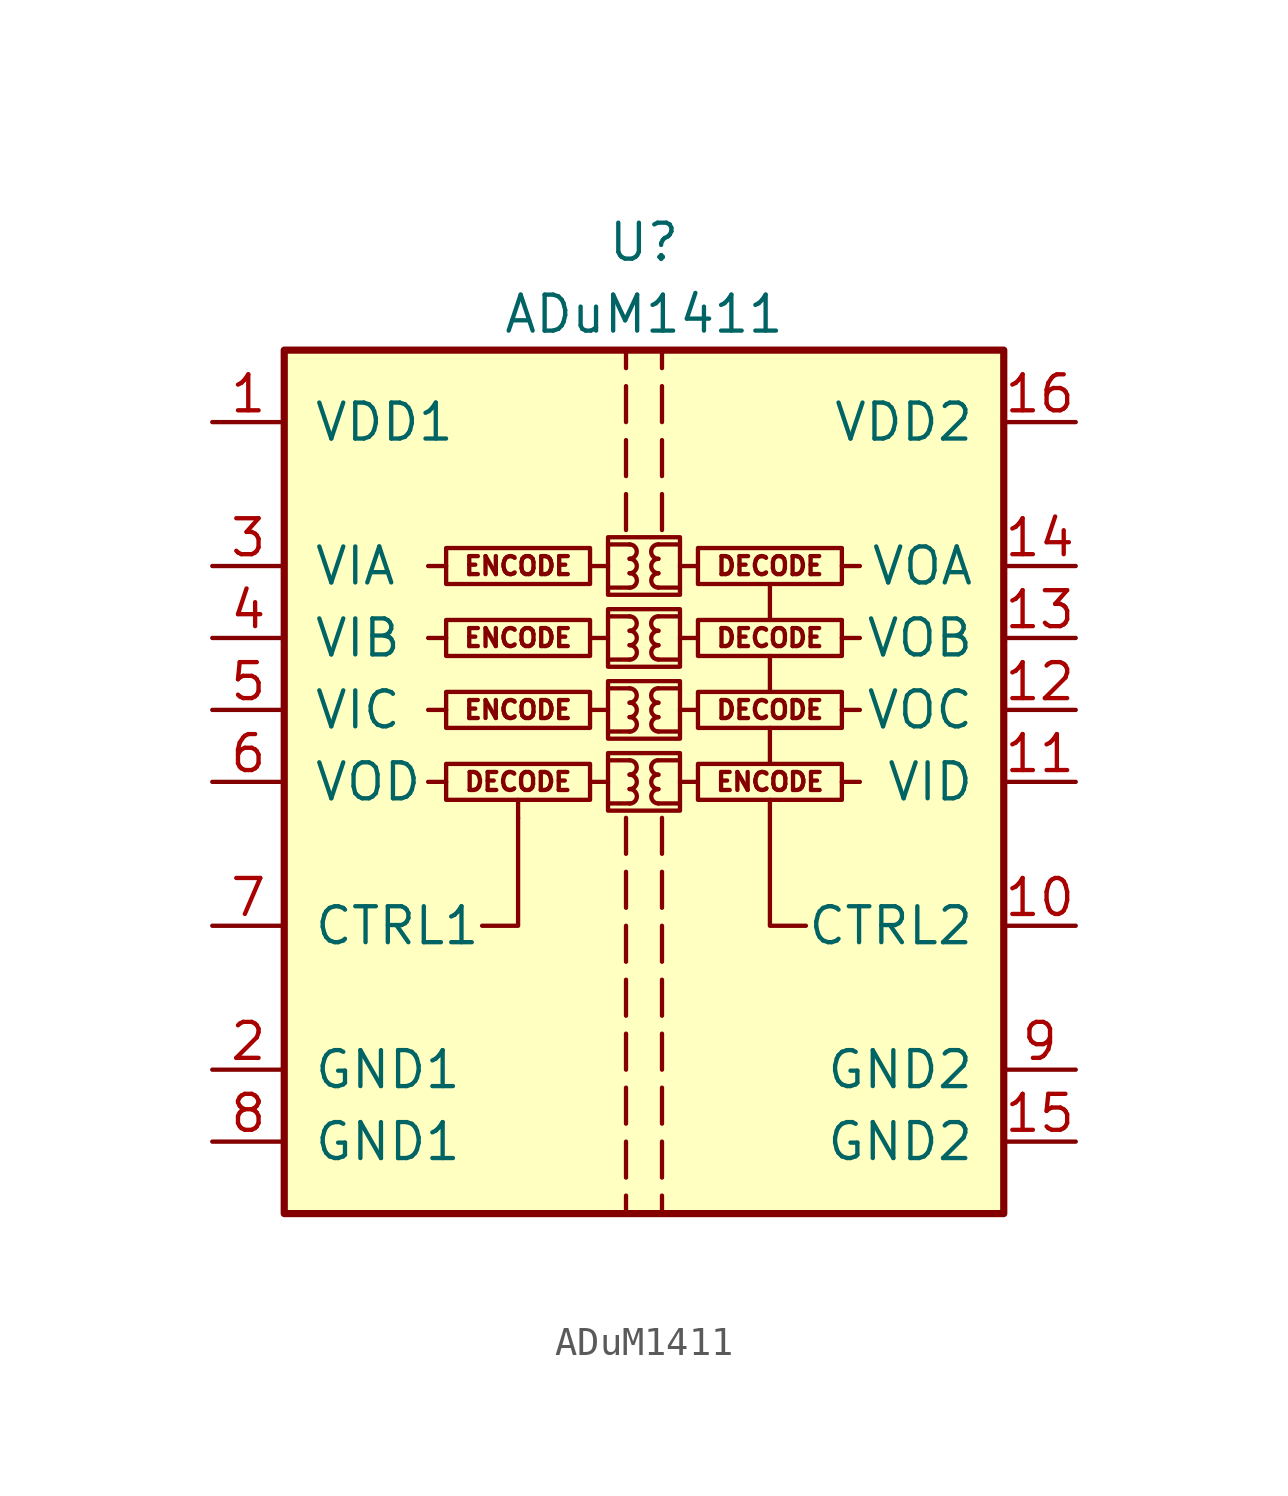
<source format=kicad_sym>
(kicad_symbol_lib
  (version 20201005)
  (generator kicad_symbol_editor)
  (symbol "ADuM1411"
    (pin_names
      (offset 1.016))
    (property "Reference" "U"
      (at 0 19.05 0)
      (effects (font (size 1.27 1.27))))
    (property "Value" "ADuM1411"
      (at 0 16.51 0)
      (effects (font (size 1.27 1.27))))
    (symbol "ADuM1411_0_0"
      (arc (start -0.508 -0.762) (end -0.508 -0.254) (radius (at -0.508 -0.508) (length 0.254) (angles -89.9 89.9)) (stroke (width 0)) (fill (type none)))
      (arc (start -0.508 -0.254) (end -0.508 0.254) (radius (at -0.508 0) (length 0.254) (angles -89.9 89.9)) (stroke (width 0)) (fill (type none)))
      (arc (start -0.508 0.254) (end -0.508 0.762) (radius (at -0.508 0.508) (length 0.254) (angles -89.9 89.9)) (stroke (width 0)) (fill (type none)))
      (arc (start -0.508 1.778) (end -0.508 2.286) (radius (at -0.508 2.032) (length 0.254) (angles -89.9 89.9)) (stroke (width 0)) (fill (type none)))
      (arc (start -0.508 2.286) (end -0.508 2.794) (radius (at -0.508 2.54) (length 0.254) (angles -89.9 89.9)) (stroke (width 0)) (fill (type none)))
      (arc (start -0.508 2.794) (end -0.508 3.302) (radius (at -0.508 3.048) (length 0.254) (angles -89.9 89.9)) (stroke (width 0)) (fill (type none)))
      (arc (start -0.508 4.318) (end -0.508 4.826) (radius (at -0.508 4.572) (length 0.254) (angles -89.9 89.9)) (stroke (width 0)) (fill (type none)))
      (arc (start -0.508 4.826) (end -0.508 5.334) (radius (at -0.508 5.08) (length 0.254) (angles -89.9 89.9)) (stroke (width 0)) (fill (type none)))
      (arc (start -0.508 5.334) (end -0.508 5.842) (radius (at -0.508 5.588) (length 0.254) (angles -89.9 89.9)) (stroke (width 0)) (fill (type none)))
      (arc (start -0.508 6.858) (end -0.508 7.366) (radius (at -0.508 7.112) (length 0.254) (angles -89.9 89.9)) (stroke (width 0)) (fill (type none)))
      (arc (start -0.508 7.366) (end -0.508 7.874) (radius (at -0.508 7.62) (length 0.254) (angles -89.9 89.9)) (stroke (width 0)) (fill (type none)))
      (arc (start -0.508 7.874) (end -0.508 8.382) (radius (at -0.508 8.128) (length 0.254) (angles -89.9 89.9)) (stroke (width 0)) (fill (type none)))
      (arc (start 0.508 -0.254) (end 0.508 -0.762) (radius (at 0.508 -0.508) (length 0.254) (angles 90.1 -90.1)) (stroke (width 0)) (fill (type none)))
      (arc (start 0.508 0.254) (end 0.508 -0.254) (radius (at 0.508 0) (length 0.254) (angles 90.1 -90.1)) (stroke (width 0)) (fill (type none)))
      (arc (start 0.508 0.762) (end 0.508 0.254) (radius (at 0.508 0.508) (length 0.254) (angles 90.1 -90.1)) (stroke (width 0)) (fill (type none)))
      (arc (start 0.508 2.286) (end 0.508 1.778) (radius (at 0.508 2.032) (length 0.254) (angles 90.1 -90.1)) (stroke (width 0)) (fill (type none)))
      (arc (start 0.508 2.794) (end 0.508 2.286) (radius (at 0.508 2.54) (length 0.254) (angles 90.1 -90.1)) (stroke (width 0)) (fill (type none)))
      (arc (start 0.508 3.302) (end 0.508 2.794) (radius (at 0.508 3.048) (length 0.254) (angles 90.1 -90.1)) (stroke (width 0)) (fill (type none)))
      (arc (start 0.508 4.826) (end 0.508 4.318) (radius (at 0.508 4.572) (length 0.254) (angles 90.1 -90.1)) (stroke (width 0)) (fill (type none)))
      (arc (start 0.508 5.334) (end 0.508 4.826) (radius (at 0.508 5.08) (length 0.254) (angles 90.1 -90.1)) (stroke (width 0)) (fill (type none)))
      (arc (start 0.508 5.842) (end 0.508 5.334) (radius (at 0.508 5.588) (length 0.254) (angles 90.1 -90.1)) (stroke (width 0)) (fill (type none)))
      (arc (start 0.508 7.366) (end 0.508 6.858) (radius (at 0.508 7.112) (length 0.254) (angles 90.1 -90.1)) (stroke (width 0)) (fill (type none)))
      (arc (start 0.508 7.874) (end 0.508 7.366) (radius (at 0.508 7.62) (length 0.254) (angles 90.1 -90.1)) (stroke (width 0)) (fill (type none)))
      (arc (start 0.508 8.382) (end 0.508 7.874) (radius (at 0.508 8.128) (length 0.254) (angles 90.1 -90.1)) (stroke (width 0)) (fill (type none)))
      (text "DECODE" (at -4.445 0 0) (effects (font (size 0.635 0.635))))
      (text "DECODE" (at 4.445 2.54 0) (effects (font (size 0.635 0.635))))
      (text "DECODE" (at 4.445 5.08 0) (effects (font (size 0.635 0.635))))
      (text "DECODE" (at 4.445 7.62 0) (effects (font (size 0.635 0.635))))
      (text "ENCODE" (at -4.445 2.54 0) (effects (font (size 0.635 0.635))))
      (text "ENCODE" (at -4.445 5.08 0) (effects (font (size 0.635 0.635))))
      (text "ENCODE" (at -4.445 7.62 0) (effects (font (size 0.635 0.635))))
      (text "ENCODE" (at 4.445 0 0) (effects (font (size 0.635 0.635))))
      (rectangle (start -1.905 0.635) (end -6.985 -0.635) (stroke (width 0)) (fill (type none)))
      (rectangle (start -1.27 1.016) (end 1.27 -1.016) (stroke (width 0)) (fill (type none)))
      (rectangle (start -1.27 3.556) (end 1.27 1.524) (stroke (width 0)) (fill (type none)))
      (rectangle (start -1.27 6.096) (end 1.27 4.064) (stroke (width 0)) (fill (type none)))
      (rectangle (start -1.27 8.636) (end 1.27 6.604) (stroke (width 0)) (fill (type none)))
      (rectangle (start 1.905 0.635) (end 6.985 -0.635) (stroke (width 0)) (fill (type none)))
      (rectangle (start 1.905 3.175) (end 6.985 1.905) (stroke (width 0)) (fill (type none)))
      (rectangle (start 1.905 5.715) (end 6.985 4.445) (stroke (width 0)) (fill (type none)))
      (rectangle (start 1.905 8.255) (end 6.985 6.985) (stroke (width 0)) (fill (type none)))
      (polyline (pts (xy -6.985 0) (xy -7.62 0)) (stroke (width 0)) (fill (type none)))
      (polyline (pts (xy -6.985 2.54) (xy -7.62 2.54)) (stroke (width 0)) (fill (type none)))
      (polyline (pts (xy -6.985 5.08) (xy -7.62 5.08)) (stroke (width 0)) (fill (type none)))
      (polyline (pts (xy -6.985 7.62) (xy -7.62 7.62)) (stroke (width 0)) (fill (type none)))
      (polyline (pts (xy -4.445 -1.27) (xy -4.445 -0.635)) (stroke (width 0)) (fill (type none)))
      (polyline (pts (xy -1.905 0) (xy -1.27 0)) (stroke (width 0)) (fill (type none)))
      (polyline (pts (xy -1.905 2.54) (xy -1.27 2.54)) (stroke (width 0)) (fill (type none)))
      (polyline (pts (xy -1.905 5.08) (xy -1.27 5.08)) (stroke (width 0)) (fill (type none)))
      (polyline (pts (xy -1.905 7.62) (xy -1.27 7.62)) (stroke (width 0)) (fill (type none)))
      (polyline (pts (xy -1.27 -0.762) (xy -0.508 -0.762)) (stroke (width 0)) (fill (type none)))
      (polyline (pts (xy -1.27 0.762) (xy -0.508 0.762)) (stroke (width 0)) (fill (type none)))
      (polyline (pts (xy -1.27 1.778) (xy -0.508 1.778)) (stroke (width 0)) (fill (type none)))
      (polyline (pts (xy -1.27 3.302) (xy -0.508 3.302)) (stroke (width 0)) (fill (type none)))
      (polyline (pts (xy -1.27 4.318) (xy -0.508 4.318)) (stroke (width 0)) (fill (type none)))
      (polyline (pts (xy -1.27 5.842) (xy -0.508 5.842)) (stroke (width 0)) (fill (type none)))
      (polyline (pts (xy -1.27 6.858) (xy -0.508 6.858)) (stroke (width 0)) (fill (type none)))
      (polyline (pts (xy -1.27 8.382) (xy -0.508 8.382)) (stroke (width 0)) (fill (type none)))
      (polyline (pts (xy -0.635 -10.795) (xy -0.635 -12.065)) (stroke (width 0)) (fill (type none)))
      (polyline (pts (xy -0.635 -8.89) (xy -0.635 -10.16)) (stroke (width 0)) (fill (type none)))
      (polyline (pts (xy -0.635 -6.985) (xy -0.635 -8.255)) (stroke (width 0)) (fill (type none)))
      (polyline (pts (xy -0.635 -5.08) (xy -0.635 -6.35)) (stroke (width 0)) (fill (type none)))
      (polyline (pts (xy -0.635 -3.175) (xy -0.635 -4.445)) (stroke (width 0)) (fill (type none)))
      (polyline (pts (xy -0.635 -1.27) (xy -0.635 -2.54)) (stroke (width 0)) (fill (type none)))
      (polyline (pts (xy -0.635 8.89) (xy -0.635 10.16)) (stroke (width 0)) (fill (type none)))
      (polyline (pts (xy -0.635 10.795) (xy -0.635 12.065)) (stroke (width 0)) (fill (type none)))
      (polyline (pts (xy -0.635 12.7) (xy -0.635 13.97)) (stroke (width 0)) (fill (type none)))
      (polyline (pts (xy -0.635 15.24) (xy -0.635 14.605)) (stroke (width 0)) (fill (type none)))
      (polyline (pts (xy 0.635 -10.795) (xy 0.635 -12.065)) (stroke (width 0)) (fill (type none)))
      (polyline (pts (xy 0.635 -8.89) (xy 0.635 -10.16)) (stroke (width 0)) (fill (type none)))
      (polyline (pts (xy 0.635 -6.985) (xy 0.635 -8.255)) (stroke (width 0)) (fill (type none)))
      (polyline (pts (xy 0.635 -5.08) (xy 0.635 -6.35)) (stroke (width 0)) (fill (type none)))
      (polyline (pts (xy 0.635 -3.175) (xy 0.635 -4.445)) (stroke (width 0)) (fill (type none)))
      (polyline (pts (xy 0.635 -1.27) (xy 0.635 -2.54)) (stroke (width 0)) (fill (type none)))
      (polyline (pts (xy 0.635 8.89) (xy 0.635 10.16)) (stroke (width 0)) (fill (type none)))
      (polyline (pts (xy 0.635 12.065) (xy 0.635 10.795)) (stroke (width 0)) (fill (type none)))
      (polyline (pts (xy 0.635 13.97) (xy 0.635 12.7)) (stroke (width 0)) (fill (type none)))
      (polyline (pts (xy 0.635 14.605) (xy 0.635 15.24)) (stroke (width 0)) (fill (type none)))
      (polyline (pts (xy 1.27 -0.762) (xy 0.508 -0.762)) (stroke (width 0)) (fill (type none)))
      (polyline (pts (xy 1.27 0.762) (xy 0.508 0.762)) (stroke (width 0)) (fill (type none)))
      (polyline (pts (xy 1.27 1.778) (xy 0.508 1.778)) (stroke (width 0)) (fill (type none)))
      (polyline (pts (xy 1.27 3.302) (xy 0.508 3.302)) (stroke (width 0)) (fill (type none)))
      (polyline (pts (xy 1.27 4.318) (xy 0.508 4.318)) (stroke (width 0)) (fill (type none)))
      (polyline (pts (xy 1.27 5.842) (xy 0.508 5.842)) (stroke (width 0)) (fill (type none)))
      (polyline (pts (xy 1.27 6.858) (xy 0.508 6.858)) (stroke (width 0)) (fill (type none)))
      (polyline (pts (xy 1.27 8.382) (xy 0.508 8.382)) (stroke (width 0)) (fill (type none)))
      (polyline (pts (xy 1.905 0) (xy 1.27 0)) (stroke (width 0)) (fill (type none)))
      (polyline (pts (xy 1.905 2.54) (xy 1.27 2.54)) (stroke (width 0)) (fill (type none)))
      (polyline (pts (xy 1.905 5.08) (xy 1.27 5.08)) (stroke (width 0)) (fill (type none)))
      (polyline (pts (xy 1.905 7.62) (xy 1.27 7.62)) (stroke (width 0)) (fill (type none)))
      (polyline (pts (xy 4.445 0.635) (xy 4.445 1.905)) (stroke (width 0)) (fill (type none)))
      (polyline (pts (xy 4.445 3.175) (xy 4.445 4.445)) (stroke (width 0)) (fill (type none)))
      (polyline (pts (xy 4.445 5.715) (xy 4.445 6.985)) (stroke (width 0)) (fill (type none)))
      (polyline (pts (xy 6.985 0) (xy 7.62 0)) (stroke (width 0)) (fill (type none)))
      (polyline (pts (xy 6.985 2.54) (xy 7.62 2.54)) (stroke (width 0)) (fill (type none)))
      (polyline (pts (xy 6.985 5.08) (xy 7.62 5.08)) (stroke (width 0)) (fill (type none)))
      (polyline (pts (xy 6.985 7.62) (xy 7.62 7.62)) (stroke (width 0)) (fill (type none)))
      (polyline (pts (xy -4.445 -1.27) (xy -4.445 -5.08) (xy -5.715 -5.08)) (stroke (width 0)) (fill (type none)))
      (polyline (pts (xy 5.715 -5.08) (xy 4.445 -5.08) (xy 4.445 -0.635)) (stroke (width 0)) (fill (type none))))
    (symbol "ADuM1411_0_1"
      (rectangle (start -1.905 3.175) (end -6.985 1.905) (stroke (width 0)) (fill (type none)))
      (rectangle (start -1.905 5.715) (end -6.985 4.445) (stroke (width 0)) (fill (type none)))
      (rectangle (start -1.905 8.255) (end -6.985 6.985) (stroke (width 0)) (fill (type none)))
      (rectangle (start -12.7 15.24) (end 12.7 -15.24) (stroke (width 0.254)) (fill (type background)))
      (polyline (pts (xy -0.635 -14.605) (xy -0.635 -15.24)) (stroke (width 0)) (fill (type none)))
      (polyline (pts (xy -0.635 -12.7) (xy -0.635 -13.97)) (stroke (width 0)) (fill (type none)))
      (polyline (pts (xy 0.635 -14.605) (xy 0.635 -15.24)) (stroke (width 0)) (fill (type none)))
      (polyline (pts (xy 0.635 -12.7) (xy 0.635 -13.97)) (stroke (width 0)) (fill (type none))))
    (symbol "ADuM1411_1_1"
      (pin power_in line (at -15.24 12.7 0) (length 2.54) (name "VDD1" (effects (font (size 1.27 1.27)))) (number "1" (effects (font (size 1.27 1.27)))))
      (pin input line (at 15.24 -5.08 180) (length 2.54) (name "CTRL2" (effects (font (size 1.27 1.27)))) (number "10" (effects (font (size 1.27 1.27)))))
      (pin input line (at 15.24 0 180) (length 2.54) (name "VID" (effects (font (size 1.27 1.27)))) (number "11" (effects (font (size 1.27 1.27)))))
      (pin output line (at 15.24 2.54 180) (length 2.54) (name "VOC" (effects (font (size 1.27 1.27)))) (number "12" (effects (font (size 1.27 1.27)))))
      (pin output line (at 15.24 5.08 180) (length 2.54) (name "VOB" (effects (font (size 1.27 1.27)))) (number "13" (effects (font (size 1.27 1.27)))))
      (pin output line (at 15.24 7.62 180) (length 2.54) (name "VOA" (effects (font (size 1.27 1.27)))) (number "14" (effects (font (size 1.27 1.27)))))
      (pin power_in line (at 15.24 -12.7 180) (length 2.54) (name "GND2" (effects (font (size 1.27 1.27)))) (number "15" (effects (font (size 1.27 1.27)))))
      (pin power_in line (at 15.24 12.7 180) (length 2.54) (name "VDD2" (effects (font (size 1.27 1.27)))) (number "16" (effects (font (size 1.27 1.27)))))
      (pin power_in line (at -15.24 -10.16 0) (length 2.54) (name "GND1" (effects (font (size 1.27 1.27)))) (number "2" (effects (font (size 1.27 1.27)))))
      (pin input line (at -15.24 7.62 0) (length 2.54) (name "VIA" (effects (font (size 1.27 1.27)))) (number "3" (effects (font (size 1.27 1.27)))))
      (pin input line (at -15.24 5.08 0) (length 2.54) (name "VIB" (effects (font (size 1.27 1.27)))) (number "4" (effects (font (size 1.27 1.27)))))
      (pin input line (at -15.24 2.54 0) (length 2.54) (name "VIC" (effects (font (size 1.27 1.27)))) (number "5" (effects (font (size 1.27 1.27)))))
      (pin output line (at -15.24 0 0) (length 2.54) (name "VOD" (effects (font (size 1.27 1.27)))) (number "6" (effects (font (size 1.27 1.27)))))
      (pin input line (at -15.24 -5.08 0) (length 2.54) (name "CTRL1" (effects (font (size 1.27 1.27)))) (number "7" (effects (font (size 1.27 1.27)))))
      (pin power_in line (at -15.24 -12.7 0) (length 2.54) (name "GND1" (effects (font (size 1.27 1.27)))) (number "8" (effects (font (size 1.27 1.27)))))
      (pin power_in line (at 15.24 -10.16 180) (length 2.54) (name "GND2" (effects (font (size 1.27 1.27)))) (number "9" (effects (font (size 1.27 1.27))))))))
</source>
